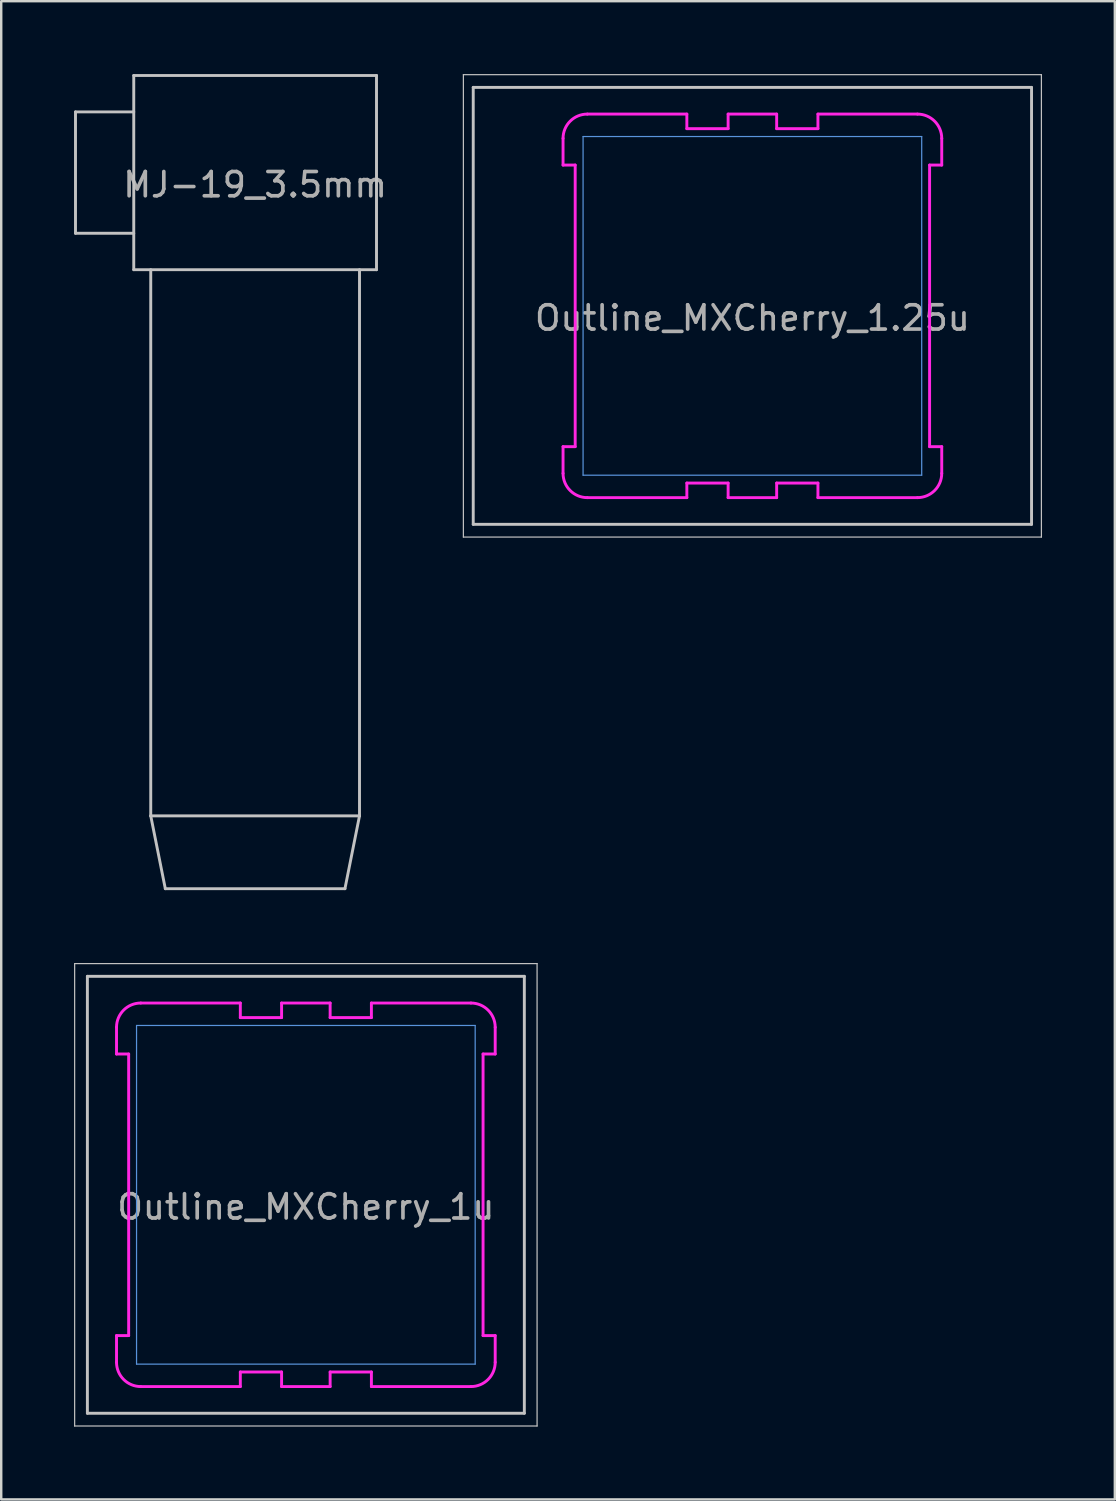
<source format=kicad_pcb>
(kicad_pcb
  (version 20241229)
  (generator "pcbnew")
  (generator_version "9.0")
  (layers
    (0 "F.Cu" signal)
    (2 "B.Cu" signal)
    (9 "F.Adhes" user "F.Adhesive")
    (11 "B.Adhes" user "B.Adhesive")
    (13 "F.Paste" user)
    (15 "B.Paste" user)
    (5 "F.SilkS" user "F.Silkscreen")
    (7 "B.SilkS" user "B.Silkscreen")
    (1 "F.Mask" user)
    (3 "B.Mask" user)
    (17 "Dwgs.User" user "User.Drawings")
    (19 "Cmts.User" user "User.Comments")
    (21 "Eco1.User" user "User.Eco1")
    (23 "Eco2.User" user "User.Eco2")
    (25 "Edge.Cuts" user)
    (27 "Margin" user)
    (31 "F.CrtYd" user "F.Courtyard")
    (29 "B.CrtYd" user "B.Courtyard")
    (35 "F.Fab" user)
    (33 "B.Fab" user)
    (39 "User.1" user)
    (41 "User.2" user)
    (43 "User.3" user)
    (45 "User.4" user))
  (footprint "Outline_MXCherry_1u"
    (layer "F.Cu")
    (at 9.55 46.17)
    (property "Reference" "Outline_MXCherry_1u" (at 0 0.5 0) (layer "F.Fab") (effects (font (size 1 1) (thickness 0.15))))
    (attr through_hole)
    (fp_line (start -9.525 -9.525) (end 9.525 -9.525) (stroke (width 0.05) (type solid)) (layer "Dwgs.User"))
    (fp_line (start -9.525 9.525) (end -9.525 -9.525) (stroke (width 0.05) (type solid)) (layer "Dwgs.User"))
    (fp_line (start -9.525 9.525) (end 9.525 9.525) (stroke (width 0.05) (type solid)) (layer "Dwgs.User"))
    (fp_line (start -9 -9) (end 9 -9) (stroke (width 0.12) (type solid)) (layer "Dwgs.User"))
    (fp_line (start -9 9) (end -9 -9) (stroke (width 0.12) (type solid)) (layer "Dwgs.User"))
    (fp_line (start -9 9) (end 9 9) (stroke (width 0.12) (type solid)) (layer "Dwgs.User"))
    (fp_line (start 9 9) (end 9 -9) (stroke (width 0.12) (type solid)) (layer "Dwgs.User"))
    (fp_line (start 9.525 9.525) (end 9.525 -9.525) (stroke (width 0.05) (type solid)) (layer "Dwgs.User"))
    (fp_line (start -6.975 -6.975) (end -6.975 6.975) (stroke (width 0.05) (type solid)) (layer "Cmts.User"))
    (fp_line (start -6.975 -6.975) (end 6.975 -6.975) (stroke (width 0.05) (type solid)) (layer "Cmts.User"))
    (fp_line (start -6.975 6.975) (end 6.975 6.975) (stroke (width 0.05) (type solid)) (layer "Cmts.User"))
    (fp_line (start 6.975 -6.975) (end 6.975 6.975) (stroke (width 0.05) (type solid)) (layer "Cmts.User"))
    (fp_line (start -7.8 -6.9) (end -7.8 -5.8) (stroke (width 0.12) (type solid)) (layer "F.CrtYd"))
    (fp_line (start -7.8 -5.8) (end -7.3 -5.8) (stroke (width 0.12) (type solid)) (layer "F.CrtYd"))
    (fp_line (start -7.8 5.8) (end -7.3 5.8) (stroke (width 0.12) (type solid)) (layer "F.CrtYd"))
    (fp_line (start -7.8 6.9) (end -7.8 5.8) (stroke (width 0.12) (type solid)) (layer "F.CrtYd"))
    (fp_line (start -7.3 -5.8) (end -7.3 5.8) (stroke (width 0.12) (type solid)) (layer "F.CrtYd"))
    (fp_line (start -6.8 -7.9) (end -2.7 -7.9) (stroke (width 0.12) (type solid)) (layer "F.CrtYd"))
    (fp_line (start -6.8 7.9) (end -2.7 7.9) (stroke (width 0.12) (type solid)) (layer "F.CrtYd"))
    (fp_line (start -2.7 -7.9) (end -2.7 -7.3) (stroke (width 0.12) (type solid)) (layer "F.CrtYd"))
    (fp_line (start -2.7 7.3) (end -1 7.3) (stroke (width 0.12) (type solid)) (layer "F.CrtYd"))
    (fp_line (start -2.7 7.9) (end -2.7 7.3) (stroke (width 0.12) (type solid)) (layer "F.CrtYd"))
    (fp_line (start -1 -7.9) (end -1 -7.3) (stroke (width 0.12) (type solid)) (layer "F.CrtYd"))
    (fp_line (start -1 -7.9) (end 1 -7.9) (stroke (width 0.12) (type solid)) (layer "F.CrtYd"))
    (fp_line (start -1 -7.3) (end -2.7 -7.3) (stroke (width 0.12) (type solid)) (layer "F.CrtYd"))
    (fp_line (start -1 7.3) (end -1 7.9) (stroke (width 0.12) (type solid)) (layer "F.CrtYd"))
    (fp_line (start -1 7.9) (end 1 7.9) (stroke (width 0.12) (type solid)) (layer "F.CrtYd"))
    (fp_line (start 1 -7.9) (end 1 -7.3) (stroke (width 0.12) (type solid)) (layer "F.CrtYd"))
    (fp_line (start 1 -7.3) (end 2.7 -7.3) (stroke (width 0.12) (type solid)) (layer "F.CrtYd"))
    (fp_line (start 1 7.3) (end 2.7 7.3) (stroke (width 0.12) (type solid)) (layer "F.CrtYd"))
    (fp_line (start 1 7.9) (end 1 7.3) (stroke (width 0.12) (type solid)) (layer "F.CrtYd"))
    (fp_line (start 2.7 -7.9) (end 2.7 -7.3) (stroke (width 0.12) (type solid)) (layer "F.CrtYd"))
    (fp_line (start 2.7 7.9) (end 2.7 7.3) (stroke (width 0.12) (type solid)) (layer "F.CrtYd"))
    (fp_line (start 6.8 -7.9) (end 2.7 -7.9) (stroke (width 0.12) (type solid)) (layer "F.CrtYd"))
    (fp_line (start 6.8 7.9) (end 2.7 7.9) (stroke (width 0.12) (type solid)) (layer "F.CrtYd"))
    (fp_line (start 7.3 5.8) (end 7.3 -5.8) (stroke (width 0.12) (type solid)) (layer "F.CrtYd"))
    (fp_line (start 7.8 -6.9) (end 7.8 -5.8) (stroke (width 0.12) (type solid)) (layer "F.CrtYd"))
    (fp_line (start 7.8 -5.8) (end 7.3 -5.8) (stroke (width 0.12) (type solid)) (layer "F.CrtYd"))
    (fp_line (start 7.8 5.8) (end 7.3 5.8) (stroke (width 0.12) (type solid)) (layer "F.CrtYd"))
    (fp_line (start 7.8 6.9) (end 7.8 5.8) (stroke (width 0.12) (type solid)) (layer "F.CrtYd"))
    (fp_arc (start -7.8 -6.9) (mid -7.507107 -7.607107) (end -6.8 -7.9) (stroke (width 0.12) (type solid)) (layer "F.CrtYd"))
    (fp_arc (start -6.8 7.9) (mid -7.507107 7.607107) (end -7.8 6.9) (stroke (width 0.12) (type solid)) (layer "F.CrtYd"))
    (fp_arc (start 6.8 -7.9) (mid 7.507107 -7.607107) (end 7.8 -6.9) (stroke (width 0.12) (type solid)) (layer "F.CrtYd"))
    (fp_arc (start 7.8 6.9) (mid 7.507107 7.607107) (end 6.8 7.9) (stroke (width 0.12) (type solid)) (layer "F.CrtYd")))
  (footprint "Outline_MXCherry_1.25u"
    (layer "F.Cu")
    (at 27.945 9.55)
    (property "Reference" "Outline_MXCherry_1.25u" (at 0 0.5 0) (layer "F.Fab") (effects (font (size 1 1) (thickness 0.15))))
    (attr through_hole)
    (fp_line (start -11.906 -9.525) (end 11.906 -9.525) (stroke (width 0.05) (type solid)) (layer "Dwgs.User"))
    (fp_line (start -11.906 9.525) (end -11.906 -9.525) (stroke (width 0.05) (type solid)) (layer "Dwgs.User"))
    (fp_line (start -11.906 9.525) (end 11.906 9.525) (stroke (width 0.05) (type solid)) (layer "Dwgs.User"))
    (fp_line (start -11.5 -9) (end -11.5 9) (stroke (width 0.12) (type solid)) (layer "Dwgs.User"))
    (fp_line (start -11.5 -9) (end 11.5 -9) (stroke (width 0.12) (type solid)) (layer "Dwgs.User"))
    (fp_line (start -11.5 9) (end 11.5 9) (stroke (width 0.12) (type solid)) (layer "Dwgs.User"))
    (fp_line (start 11.5 -9) (end 11.5 9) (stroke (width 0.12) (type solid)) (layer "Dwgs.User"))
    (fp_line (start 11.906 9.525) (end 11.906 -9.525) (stroke (width 0.05) (type solid)) (layer "Dwgs.User"))
    (fp_line (start -6.975 -6.975) (end -6.975 6.975) (stroke (width 0.05) (type solid)) (layer "Cmts.User"))
    (fp_line (start -6.975 -6.975) (end 6.975 -6.975) (stroke (width 0.05) (type solid)) (layer "Cmts.User"))
    (fp_line (start -6.975 6.975) (end 6.975 6.975) (stroke (width 0.05) (type solid)) (layer "Cmts.User"))
    (fp_line (start 6.975 -6.975) (end 6.975 6.975) (stroke (width 0.05) (type solid)) (layer "Cmts.User"))
    (fp_line (start -7.8 -6.9) (end -7.8 -5.8) (stroke (width 0.12) (type solid)) (layer "F.CrtYd"))
    (fp_line (start -7.8 -5.8) (end -7.3 -5.8) (stroke (width 0.12) (type solid)) (layer "F.CrtYd"))
    (fp_line (start -7.8 5.8) (end -7.3 5.8) (stroke (width 0.12) (type solid)) (layer "F.CrtYd"))
    (fp_line (start -7.8 6.9) (end -7.8 5.8) (stroke (width 0.12) (type solid)) (layer "F.CrtYd"))
    (fp_line (start -7.3 -5.8) (end -7.3 5.8) (stroke (width 0.12) (type solid)) (layer "F.CrtYd"))
    (fp_line (start -6.8 -7.9) (end -2.7 -7.9) (stroke (width 0.12) (type solid)) (layer "F.CrtYd"))
    (fp_line (start -6.8 7.9) (end -2.7 7.9) (stroke (width 0.12) (type solid)) (layer "F.CrtYd"))
    (fp_line (start -2.7 -7.9) (end -2.7 -7.3) (stroke (width 0.12) (type solid)) (layer "F.CrtYd"))
    (fp_line (start -2.7 7.3) (end -1 7.3) (stroke (width 0.12) (type solid)) (layer "F.CrtYd"))
    (fp_line (start -2.7 7.9) (end -2.7 7.3) (stroke (width 0.12) (type solid)) (layer "F.CrtYd"))
    (fp_line (start -1 -7.9) (end -1 -7.3) (stroke (width 0.12) (type solid)) (layer "F.CrtYd"))
    (fp_line (start -1 -7.9) (end 1 -7.9) (stroke (width 0.12) (type solid)) (layer "F.CrtYd"))
    (fp_line (start -1 -7.3) (end -2.7 -7.3) (stroke (width 0.12) (type solid)) (layer "F.CrtYd"))
    (fp_line (start -1 7.3) (end -1 7.9) (stroke (width 0.12) (type solid)) (layer "F.CrtYd"))
    (fp_line (start -1 7.9) (end 1 7.9) (stroke (width 0.12) (type solid)) (layer "F.CrtYd"))
    (fp_line (start 1 -7.9) (end 1 -7.3) (stroke (width 0.12) (type solid)) (layer "F.CrtYd"))
    (fp_line (start 1 -7.3) (end 2.7 -7.3) (stroke (width 0.12) (type solid)) (layer "F.CrtYd"))
    (fp_line (start 1 7.3) (end 2.7 7.3) (stroke (width 0.12) (type solid)) (layer "F.CrtYd"))
    (fp_line (start 1 7.9) (end 1 7.3) (stroke (width 0.12) (type solid)) (layer "F.CrtYd"))
    (fp_line (start 2.7 -7.9) (end 2.7 -7.3) (stroke (width 0.12) (type solid)) (layer "F.CrtYd"))
    (fp_line (start 2.7 7.9) (end 2.7 7.3) (stroke (width 0.12) (type solid)) (layer "F.CrtYd"))
    (fp_line (start 6.8 -7.9) (end 2.7 -7.9) (stroke (width 0.12) (type solid)) (layer "F.CrtYd"))
    (fp_line (start 6.8 7.9) (end 2.7 7.9) (stroke (width 0.12) (type solid)) (layer "F.CrtYd"))
    (fp_line (start 7.3 5.8) (end 7.3 -5.8) (stroke (width 0.12) (type solid)) (layer "F.CrtYd"))
    (fp_line (start 7.8 -6.9) (end 7.8 -5.8) (stroke (width 0.12) (type solid)) (layer "F.CrtYd"))
    (fp_line (start 7.8 -5.8) (end 7.3 -5.8) (stroke (width 0.12) (type solid)) (layer "F.CrtYd"))
    (fp_line (start 7.8 5.8) (end 7.3 5.8) (stroke (width 0.12) (type solid)) (layer "F.CrtYd"))
    (fp_line (start 7.8 6.9) (end 7.8 5.8) (stroke (width 0.12) (type solid)) (layer "F.CrtYd"))
    (fp_arc (start -7.8 -6.9) (mid -7.507107 -7.607107) (end -6.8 -7.9) (stroke (width 0.12) (type solid)) (layer "F.CrtYd"))
    (fp_arc (start -6.8 7.9) (mid -7.507107 7.607107) (end -7.8 6.9) (stroke (width 0.12) (type solid)) (layer "F.CrtYd"))
    (fp_arc (start 6.8 -7.9) (mid 7.507107 -7.607107) (end 7.8 -6.9) (stroke (width 0.12) (type solid)) (layer "F.CrtYd"))
    (fp_arc (start 7.8 6.9) (mid 7.507107 7.607107) (end 6.8 7.9) (stroke (width 0.12) (type solid)) (layer "F.CrtYd")))
  (footprint "MJ-19_3.5mm"
    (layer "F.Cu")
    (at 7.46 4.06)
    (property "Reference" "MJ-19_3.5mm" (at 0 0.5 0) (layer "F.Fab") (effects (font (size 1 1) (thickness 0.15))))
    (attr through_hole)
    (fp_line (start -7.4 -2.5) (end -7.4 2.5) (stroke (width 0.12) (type solid)) (layer "Dwgs.User"))
    (fp_line (start -7.4 2.5) (end -5 2.5) (stroke (width 0.12) (type solid)) (layer "Dwgs.User"))
    (fp_line (start -5 -4) (end -5 4) (stroke (width 0.12) (type solid)) (layer "Dwgs.User"))
    (fp_line (start -5 -4) (end 5 -4) (stroke (width 0.12) (type solid)) (layer "Dwgs.User"))
    (fp_line (start -5 -2.5) (end -7.4 -2.5) (stroke (width 0.12) (type solid)) (layer "Dwgs.User"))
    (fp_line (start -5 4) (end 5 4) (stroke (width 0.12) (type solid)) (layer "Dwgs.User"))
    (fp_line (start -4.3 26.5) (end -4.3 4) (stroke (width 0.12) (type solid)) (layer "Dwgs.User"))
    (fp_line (start -4.3 26.5) (end -3.7 29.5) (stroke (width 0.12) (type solid)) (layer "Dwgs.User"))
    (fp_line (start -3.7 29.5) (end 3.7 29.5) (stroke (width 0.12) (type solid)) (layer "Dwgs.User"))
    (fp_line (start 4.3 4) (end 4.3 26.5) (stroke (width 0.12) (type solid)) (layer "Dwgs.User"))
    (fp_line (start 4.3 26.5) (end -4.3 26.5) (stroke (width 0.12) (type solid)) (layer "Dwgs.User"))
    (fp_line (start 4.3 26.5) (end 3.7 29.5) (stroke (width 0.12) (type solid)) (layer "Dwgs.User"))
    (fp_line (start 5 -4) (end 5 4) (stroke (width 0.12) (type solid)) (layer "Dwgs.User")))
  (gr_rect
    (start -3 -3)
    (end 42.876 58.72)
    (stroke (width 0.1) (type default))
    (fill no)
    (layer "Edge.Cuts")))
</source>
